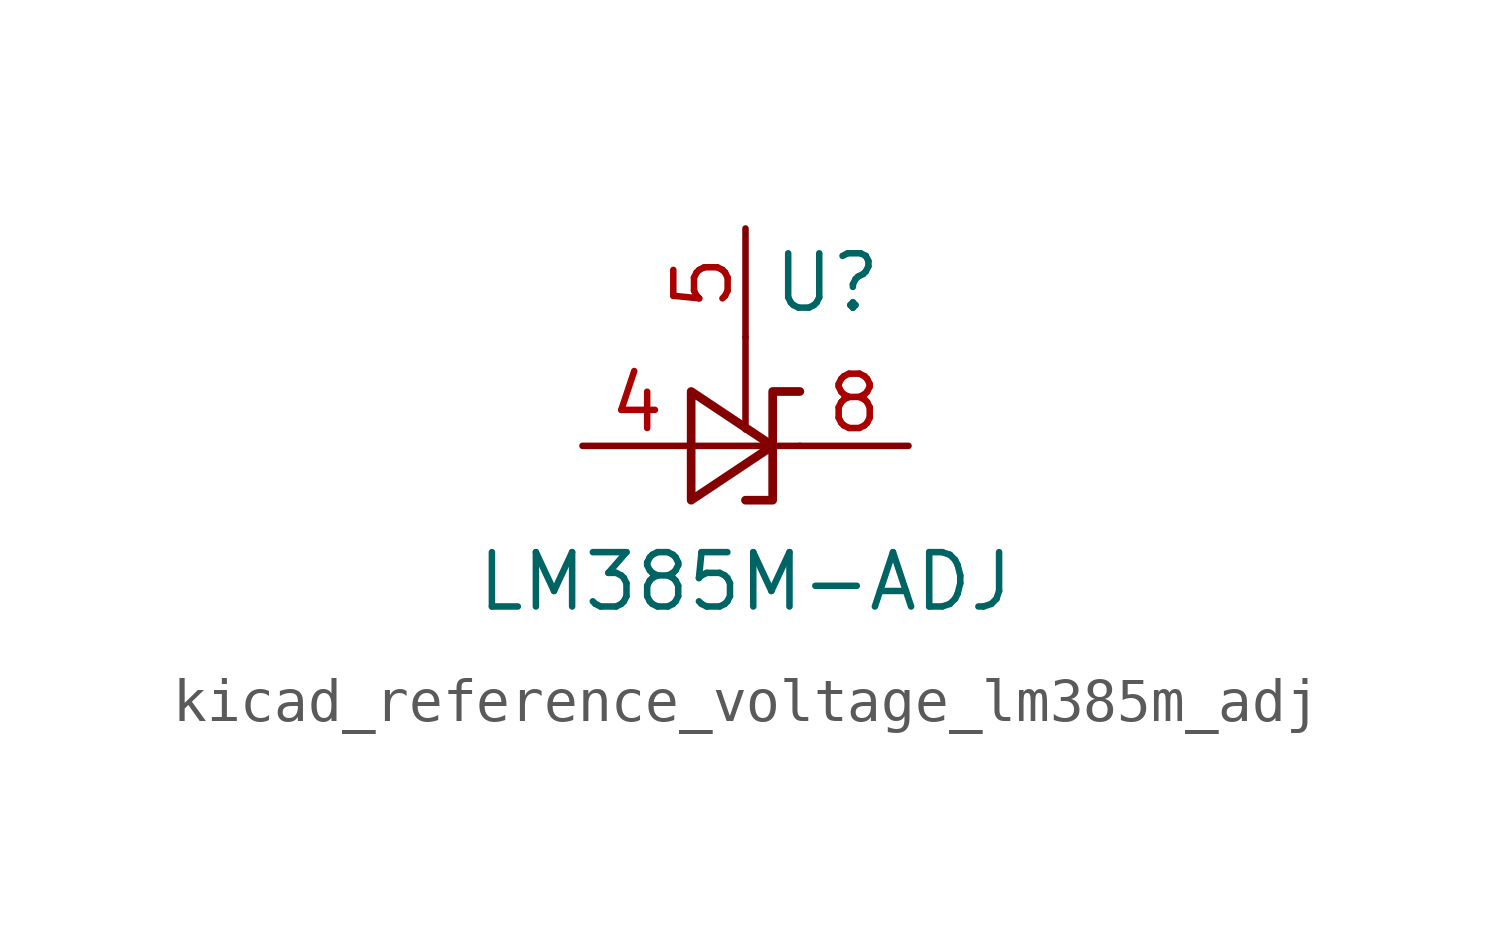
<source format=kicad_sym>
(kicad_symbol_lib
  (version 20220914)
  (generator kicad_symbol_editor)
  (symbol "kicad_reference_voltage_lm385m_adj"
    (pin_names
      (offset 0.025) hide)
    (property "Reference" "U"
      (at 1.905 3.81 0)
      (effects (font (size 1.27 1.27))))
    (property "Value" "LM385M-ADJ"
      (at 0 -3.175 0)
      (effects (font (size 1.27 1.27))))
    (symbol "kicad_reference_voltage_lm385m_adj_0_1"
      (polyline (pts (xy 0 2.54) (xy 0 0.381)) (stroke (width 0) (type default)) (fill (type none)))
      (polyline (pts (xy -1.27 0) (xy 0 0) (xy 1.27 0)) (stroke (width 0) (type default)) (fill (type none)))
      (polyline (pts (xy -1.27 -1.27) (xy 0.635 0) (xy -1.27 1.27) (xy -1.27 -1.27)) (stroke (width 0.203) (type default)) (fill (type none)))
      (polyline (pts (xy 0 -1.27) (xy 0.635 -1.27) (xy 0.635 1.27) (xy 1.27 1.27)) (stroke (width 0.203) (type default)) (fill (type none))))
    (symbol "kicad_reference_voltage_lm385m_adj_1_1"
      (pin passive line (at -3.81 0 0) (length 2.54) (name "A" (effects (font (size 1.27 1.27)))) (number "4" (effects (font (size 1.27 1.27)))))
      (pin input line (at 0 5.08 270) (length 2.54) (name "FB" (effects (font (size 1.27 1.27)))) (number "5" (effects (font (size 1.27 1.27)))))
      (pin passive line (at 3.81 0 180) (length 2.54) (name "K" (effects (font (size 1.27 1.27)))) (number "8" (effects (font (size 1.27 1.27))))))))
</source>
